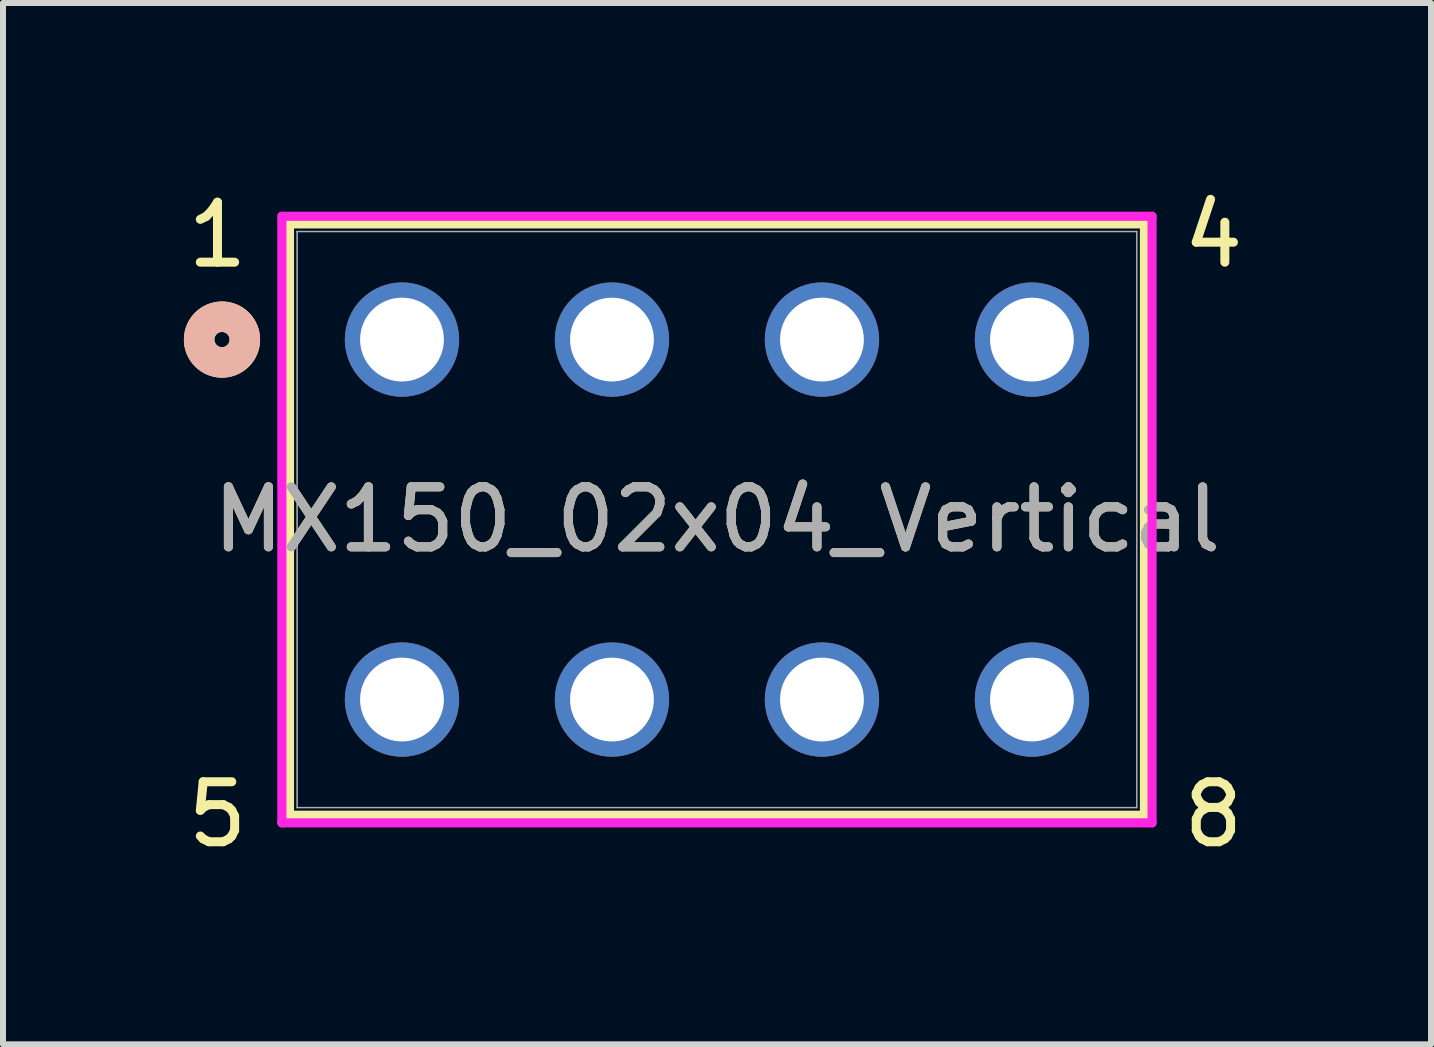
<source format=kicad_pcb>
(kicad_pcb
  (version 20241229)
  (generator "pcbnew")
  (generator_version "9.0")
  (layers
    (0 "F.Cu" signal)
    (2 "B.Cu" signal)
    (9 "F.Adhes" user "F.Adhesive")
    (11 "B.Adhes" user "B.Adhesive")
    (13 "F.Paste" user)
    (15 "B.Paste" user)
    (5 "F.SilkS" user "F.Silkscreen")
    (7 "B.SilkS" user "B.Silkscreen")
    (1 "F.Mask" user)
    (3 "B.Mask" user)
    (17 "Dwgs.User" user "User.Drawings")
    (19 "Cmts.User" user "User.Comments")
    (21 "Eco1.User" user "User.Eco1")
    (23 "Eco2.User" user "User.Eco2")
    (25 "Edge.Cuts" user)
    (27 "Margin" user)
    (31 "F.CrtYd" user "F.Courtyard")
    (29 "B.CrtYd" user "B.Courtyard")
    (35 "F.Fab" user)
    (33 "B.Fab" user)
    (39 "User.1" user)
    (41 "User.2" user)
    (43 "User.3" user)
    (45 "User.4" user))
  (footprint "MX150_02x04_Vertical"
    (layer "F.Cu")
    (at 8.9 5.61)
    (property "Reference" "MX150_02x04_Vertical" (at 0 0 0) (unlocked yes) (layer "F.SilkS") (effects (font (size 1 1) (thickness 0.15))))
    (attr through_hole)
    (fp_line (start -7.125 -4.928) (end -7.125 4.928) (stroke (width 0.152) (type solid)) (layer "F.SilkS"))
    (fp_line (start -7.125 4.928) (end 7.125 4.928) (stroke (width 0.152) (type solid)) (layer "F.SilkS"))
    (fp_line (start 7.125 -4.928) (end -7.125 -4.928) (stroke (width 0.152) (type solid)) (layer "F.SilkS"))
    (fp_line (start 7.125 4.928) (end 7.125 -4.928) (stroke (width 0.152) (type solid)) (layer "F.SilkS"))
    (fp_circle (center -8.25 -3) (end -7.869 -3) (stroke (width 0.508) (type solid)) (fill no) (layer "F.SilkS"))
    (fp_circle (center -8.25 -3) (end -7.869 -3) (stroke (width 0.508) (type solid)) (fill no) (layer "B.SilkS"))
    (fp_line (start -7.252 -5.055) (end -7.252 5.055) (stroke (width 0.152) (type solid)) (layer "F.CrtYd"))
    (fp_line (start -7.252 5.055) (end 7.252 5.055) (stroke (width 0.152) (type solid)) (layer "F.CrtYd"))
    (fp_line (start 7.252 -5.055) (end -7.252 -5.055) (stroke (width 0.152) (type solid)) (layer "F.CrtYd"))
    (fp_line (start 7.252 5.055) (end 7.252 -5.055) (stroke (width 0.152) (type solid)) (layer "F.CrtYd"))
    (fp_line (start -6.998 -4.801) (end -6.998 4.801) (stroke (width 0.025) (type solid)) (layer "F.Fab"))
    (fp_line (start -6.998 4.801) (end 6.998 4.801) (stroke (width 0.025) (type solid)) (layer "F.Fab"))
    (fp_line (start 6.998 -4.801) (end -6.998 -4.801) (stroke (width 0.025) (type solid)) (layer "F.Fab"))
    (fp_line (start 6.998 4.801) (end 6.998 -4.801) (stroke (width 0.025) (type solid)) (layer "F.Fab"))
    (fp_circle (center -5.25 -3) (end -4.869 -3) (stroke (width 0.508) (type solid)) (fill no) (layer "F.Fab"))
    (fp_text user "1\n\n\n\n\n\n5" (at -8.9 5.5 0) (unlocked yes) (layer "F.SilkS") (effects (font (size 1 1) (thickness 0.15)) (justify left bottom)))
    (fp_text user "4\n\n\n\n\n\n8" (at 7.7 5.5 0) (unlocked yes) (layer "F.SilkS") (effects (font (size 1 1) (thickness 0.15)) (justify left bottom)))
    (fp_text user "${REFERENCE}" (at 0 0 0) (unlocked yes) (layer "F.Fab") (effects (font (size 1 1) (thickness 0.15))))
    (pad "1" thru_hole circle (at -5.25 -3) (size 1.905 1.905) (drill 1.397) (layers "*.Cu" "*.Mask"))
    (pad "2" thru_hole circle (at -1.75 -3) (size 1.905 1.905) (drill 1.397) (layers "*.Cu" "*.Mask"))
    (pad "3" thru_hole circle (at 1.75 -3) (size 1.905 1.905) (drill 1.397) (layers "*.Cu" "*.Mask"))
    (pad "4" thru_hole circle (at 5.25 -3) (size 1.905 1.905) (drill 1.397) (layers "*.Cu" "*.Mask"))
    (pad "5" thru_hole circle (at -5.25 3) (size 1.905 1.905) (drill 1.397) (layers "*.Cu" "*.Mask"))
    (pad "6" thru_hole circle (at -1.75 3) (size 1.905 1.905) (drill 1.397) (layers "*.Cu" "*.Mask"))
    (pad "7" thru_hole circle (at 1.75 3) (size 1.905 1.905) (drill 1.397) (layers "*.Cu" "*.Mask"))
    (pad "8" thru_hole circle (at 5.25 3) (size 1.905 1.905) (drill 1.397) (layers "*.Cu" "*.Mask")))
  (gr_rect
    (start -3 -3)
    (end 20.802 14.356)
    (stroke (width 0.1) (type default))
    (fill no)
    (layer "Edge.Cuts")))
</source>
